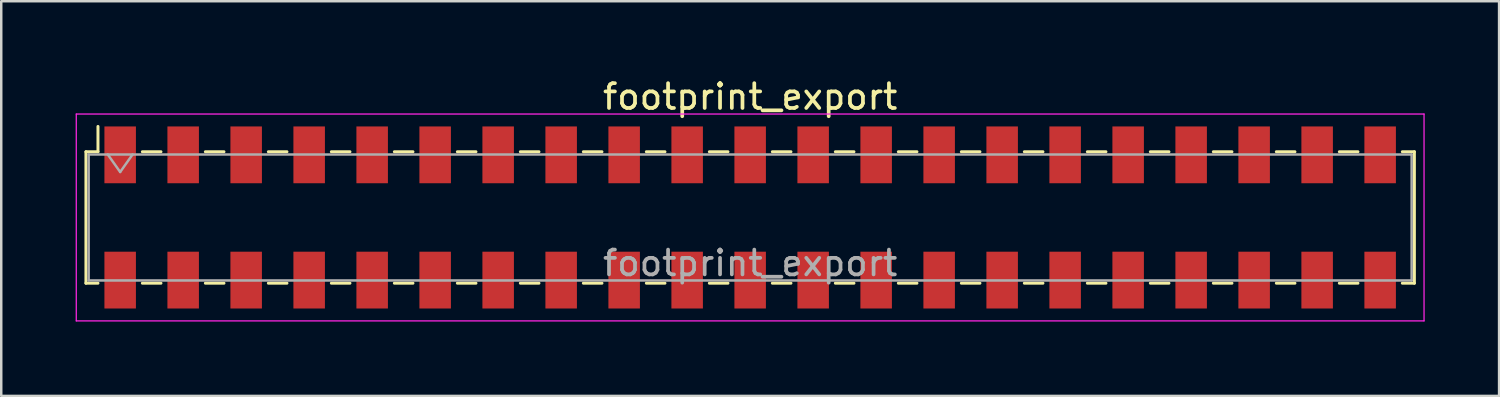
<source format=kicad_pcb>
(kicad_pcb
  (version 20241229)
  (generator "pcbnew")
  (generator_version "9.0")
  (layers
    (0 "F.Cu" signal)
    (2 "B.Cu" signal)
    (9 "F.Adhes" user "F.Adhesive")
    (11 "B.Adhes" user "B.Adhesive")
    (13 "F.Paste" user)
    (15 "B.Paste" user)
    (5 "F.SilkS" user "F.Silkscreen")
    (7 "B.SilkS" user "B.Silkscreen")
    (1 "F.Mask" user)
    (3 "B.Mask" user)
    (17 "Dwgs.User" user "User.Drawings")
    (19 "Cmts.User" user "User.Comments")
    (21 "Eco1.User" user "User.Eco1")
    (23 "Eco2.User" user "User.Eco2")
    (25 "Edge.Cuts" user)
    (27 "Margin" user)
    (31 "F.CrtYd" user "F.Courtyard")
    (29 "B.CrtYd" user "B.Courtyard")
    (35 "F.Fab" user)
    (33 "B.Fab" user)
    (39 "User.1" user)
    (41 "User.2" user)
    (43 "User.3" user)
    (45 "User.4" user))
  (footprint "footprint_export"
    (layer "F.Cu")
    (at 27.195 5.718)
    (property "Reference" "footprint_export" (at 0 -4.87 0) (layer "F.SilkS") (effects (font (size 1 1) (thickness 0.15))))
    (attr smd)
    (fp_line (start -26.78 -2.65) (end -26.78 2.65) (stroke (width 0.12) (type solid)) (layer "F.SilkS"))
    (fp_line (start -26.78 2.65) (end -26.295 2.65) (stroke (width 0.12) (type solid)) (layer "F.SilkS"))
    (fp_line (start -26.295 -3.67) (end -26.295 -2.65) (stroke (width 0.12) (type solid)) (layer "F.SilkS"))
    (fp_line (start -26.295 -2.65) (end -26.78 -2.65) (stroke (width 0.12) (type solid)) (layer "F.SilkS"))
    (fp_line (start -24.505 -2.65) (end -23.755 -2.65) (stroke (width 0.12) (type solid)) (layer "F.SilkS"))
    (fp_line (start -24.505 2.65) (end -23.755 2.65) (stroke (width 0.12) (type solid)) (layer "F.SilkS"))
    (fp_line (start -21.965 -2.65) (end -21.215 -2.65) (stroke (width 0.12) (type solid)) (layer "F.SilkS"))
    (fp_line (start -21.965 2.65) (end -21.215 2.65) (stroke (width 0.12) (type solid)) (layer "F.SilkS"))
    (fp_line (start -19.425 -2.65) (end -18.675 -2.65) (stroke (width 0.12) (type solid)) (layer "F.SilkS"))
    (fp_line (start -19.425 2.65) (end -18.675 2.65) (stroke (width 0.12) (type solid)) (layer "F.SilkS"))
    (fp_line (start -16.885 -2.65) (end -16.135 -2.65) (stroke (width 0.12) (type solid)) (layer "F.SilkS"))
    (fp_line (start -16.885 2.65) (end -16.135 2.65) (stroke (width 0.12) (type solid)) (layer "F.SilkS"))
    (fp_line (start -14.345 -2.65) (end -13.595 -2.65) (stroke (width 0.12) (type solid)) (layer "F.SilkS"))
    (fp_line (start -14.345 2.65) (end -13.595 2.65) (stroke (width 0.12) (type solid)) (layer "F.SilkS"))
    (fp_line (start -11.805 -2.65) (end -11.055 -2.65) (stroke (width 0.12) (type solid)) (layer "F.SilkS"))
    (fp_line (start -11.805 2.65) (end -11.055 2.65) (stroke (width 0.12) (type solid)) (layer "F.SilkS"))
    (fp_line (start -9.265 -2.65) (end -8.515 -2.65) (stroke (width 0.12) (type solid)) (layer "F.SilkS"))
    (fp_line (start -9.265 2.65) (end -8.515 2.65) (stroke (width 0.12) (type solid)) (layer "F.SilkS"))
    (fp_line (start -6.725 -2.65) (end -5.975 -2.65) (stroke (width 0.12) (type solid)) (layer "F.SilkS"))
    (fp_line (start -6.725 2.65) (end -5.975 2.65) (stroke (width 0.12) (type solid)) (layer "F.SilkS"))
    (fp_line (start -4.185 -2.65) (end -3.435 -2.65) (stroke (width 0.12) (type solid)) (layer "F.SilkS"))
    (fp_line (start -4.185 2.65) (end -3.435 2.65) (stroke (width 0.12) (type solid)) (layer "F.SilkS"))
    (fp_line (start -1.645 -2.65) (end -0.895 -2.65) (stroke (width 0.12) (type solid)) (layer "F.SilkS"))
    (fp_line (start -1.645 2.65) (end -0.895 2.65) (stroke (width 0.12) (type solid)) (layer "F.SilkS"))
    (fp_line (start 0.895 -2.65) (end 1.645 -2.65) (stroke (width 0.12) (type solid)) (layer "F.SilkS"))
    (fp_line (start 0.895 2.65) (end 1.645 2.65) (stroke (width 0.12) (type solid)) (layer "F.SilkS"))
    (fp_line (start 3.435 -2.65) (end 4.185 -2.65) (stroke (width 0.12) (type solid)) (layer "F.SilkS"))
    (fp_line (start 3.435 2.65) (end 4.185 2.65) (stroke (width 0.12) (type solid)) (layer "F.SilkS"))
    (fp_line (start 5.975 -2.65) (end 6.725 -2.65) (stroke (width 0.12) (type solid)) (layer "F.SilkS"))
    (fp_line (start 5.975 2.65) (end 6.725 2.65) (stroke (width 0.12) (type solid)) (layer "F.SilkS"))
    (fp_line (start 8.515 -2.65) (end 9.265 -2.65) (stroke (width 0.12) (type solid)) (layer "F.SilkS"))
    (fp_line (start 8.515 2.65) (end 9.265 2.65) (stroke (width 0.12) (type solid)) (layer "F.SilkS"))
    (fp_line (start 11.055 -2.65) (end 11.805 -2.65) (stroke (width 0.12) (type solid)) (layer "F.SilkS"))
    (fp_line (start 11.055 2.65) (end 11.805 2.65) (stroke (width 0.12) (type solid)) (layer "F.SilkS"))
    (fp_line (start 13.595 -2.65) (end 14.345 -2.65) (stroke (width 0.12) (type solid)) (layer "F.SilkS"))
    (fp_line (start 13.595 2.65) (end 14.345 2.65) (stroke (width 0.12) (type solid)) (layer "F.SilkS"))
    (fp_line (start 16.135 -2.65) (end 16.885 -2.65) (stroke (width 0.12) (type solid)) (layer "F.SilkS"))
    (fp_line (start 16.135 2.65) (end 16.885 2.65) (stroke (width 0.12) (type solid)) (layer "F.SilkS"))
    (fp_line (start 18.675 -2.65) (end 19.425 -2.65) (stroke (width 0.12) (type solid)) (layer "F.SilkS"))
    (fp_line (start 18.675 2.65) (end 19.425 2.65) (stroke (width 0.12) (type solid)) (layer "F.SilkS"))
    (fp_line (start 21.215 -2.65) (end 21.965 -2.65) (stroke (width 0.12) (type solid)) (layer "F.SilkS"))
    (fp_line (start 21.215 2.65) (end 21.965 2.65) (stroke (width 0.12) (type solid)) (layer "F.SilkS"))
    (fp_line (start 23.755 -2.65) (end 24.505 -2.65) (stroke (width 0.12) (type solid)) (layer "F.SilkS"))
    (fp_line (start 23.755 2.65) (end 24.505 2.65) (stroke (width 0.12) (type solid)) (layer "F.SilkS"))
    (fp_line (start 26.295 -2.65) (end 26.78 -2.65) (stroke (width 0.12) (type solid)) (layer "F.SilkS"))
    (fp_line (start 26.78 -2.65) (end 26.78 2.65) (stroke (width 0.12) (type solid)) (layer "F.SilkS"))
    (fp_line (start 26.78 2.65) (end 26.295 2.65) (stroke (width 0.12) (type solid)) (layer "F.SilkS"))
    (fp_line (start -27.17 -4.17) (end 27.17 -4.17) (stroke (width 0.05) (type solid)) (layer "F.CrtYd"))
    (fp_line (start -27.17 4.17) (end -27.17 -4.17) (stroke (width 0.05) (type solid)) (layer "F.CrtYd"))
    (fp_line (start 27.17 -4.17) (end 27.17 4.17) (stroke (width 0.05) (type solid)) (layer "F.CrtYd"))
    (fp_line (start 27.17 4.17) (end -27.17 4.17) (stroke (width 0.05) (type solid)) (layer "F.CrtYd"))
    (fp_line (start -26.67 -2.54) (end 26.67 -2.54) (stroke (width 0.1) (type solid)) (layer "F.Fab"))
    (fp_line (start -26.67 2.54) (end -26.67 -2.54) (stroke (width 0.1) (type solid)) (layer "F.Fab"))
    (fp_line (start -25.9 -2.54) (end -25.4 -1.833) (stroke (width 0.1) (type solid)) (layer "F.Fab"))
    (fp_line (start -25.4 -1.833) (end -24.9 -2.54) (stroke (width 0.1) (type solid)) (layer "F.Fab"))
    (fp_line (start 26.67 -2.54) (end 26.67 2.54) (stroke (width 0.1) (type solid)) (layer "F.Fab"))
    (fp_line (start 26.67 2.54) (end -26.67 2.54) (stroke (width 0.1) (type solid)) (layer "F.Fab"))
    (fp_text user "${REFERENCE}" (at 0 1.84 0) (layer "F.Fab") (effects (font (size 1 1) (thickness 0.15))))
    (pad "1" smd rect (at -25.4 -2.525) (size 1.27 2.29) (layers "F.Cu" "F.Mask" "F.Paste"))
    (pad "2" smd rect (at -25.4 2.525) (size 1.27 2.29) (layers "F.Cu" "F.Mask" "F.Paste"))
    (pad "3" smd rect (at -22.86 -2.525) (size 1.27 2.29) (layers "F.Cu" "F.Mask" "F.Paste"))
    (pad "4" smd rect (at -22.86 2.525) (size 1.27 2.29) (layers "F.Cu" "F.Mask" "F.Paste"))
    (pad "5" smd rect (at -20.32 -2.525) (size 1.27 2.29) (layers "F.Cu" "F.Mask" "F.Paste"))
    (pad "6" smd rect (at -20.32 2.525) (size 1.27 2.29) (layers "F.Cu" "F.Mask" "F.Paste"))
    (pad "7" smd rect (at -17.78 -2.525) (size 1.27 2.29) (layers "F.Cu" "F.Mask" "F.Paste"))
    (pad "8" smd rect (at -17.78 2.525) (size 1.27 2.29) (layers "F.Cu" "F.Mask" "F.Paste"))
    (pad "9" smd rect (at -15.24 -2.525) (size 1.27 2.29) (layers "F.Cu" "F.Mask" "F.Paste"))
    (pad "10" smd rect (at -15.24 2.525) (size 1.27 2.29) (layers "F.Cu" "F.Mask" "F.Paste"))
    (pad "11" smd rect (at -12.7 -2.525) (size 1.27 2.29) (layers "F.Cu" "F.Mask" "F.Paste"))
    (pad "12" smd rect (at -12.7 2.525) (size 1.27 2.29) (layers "F.Cu" "F.Mask" "F.Paste"))
    (pad "13" smd rect (at -10.16 -2.525) (size 1.27 2.29) (layers "F.Cu" "F.Mask" "F.Paste"))
    (pad "14" smd rect (at -10.16 2.525) (size 1.27 2.29) (layers "F.Cu" "F.Mask" "F.Paste"))
    (pad "15" smd rect (at -7.62 -2.525) (size 1.27 2.29) (layers "F.Cu" "F.Mask" "F.Paste"))
    (pad "16" smd rect (at -7.62 2.525) (size 1.27 2.29) (layers "F.Cu" "F.Mask" "F.Paste"))
    (pad "17" smd rect (at -5.08 -2.525) (size 1.27 2.29) (layers "F.Cu" "F.Mask" "F.Paste"))
    (pad "18" smd rect (at -5.08 2.525) (size 1.27 2.29) (layers "F.Cu" "F.Mask" "F.Paste"))
    (pad "19" smd rect (at -2.54 -2.525) (size 1.27 2.29) (layers "F.Cu" "F.Mask" "F.Paste"))
    (pad "20" smd rect (at -2.54 2.525) (size 1.27 2.29) (layers "F.Cu" "F.Mask" "F.Paste"))
    (pad "21" smd rect (at 0 -2.525) (size 1.27 2.29) (layers "F.Cu" "F.Mask" "F.Paste"))
    (pad "22" smd rect (at 0 2.525) (size 1.27 2.29) (layers "F.Cu" "F.Mask" "F.Paste"))
    (pad "23" smd rect (at 2.54 -2.525) (size 1.27 2.29) (layers "F.Cu" "F.Mask" "F.Paste"))
    (pad "24" smd rect (at 2.54 2.525) (size 1.27 2.29) (layers "F.Cu" "F.Mask" "F.Paste"))
    (pad "25" smd rect (at 5.08 -2.525) (size 1.27 2.29) (layers "F.Cu" "F.Mask" "F.Paste"))
    (pad "26" smd rect (at 5.08 2.525) (size 1.27 2.29) (layers "F.Cu" "F.Mask" "F.Paste"))
    (pad "27" smd rect (at 7.62 -2.525) (size 1.27 2.29) (layers "F.Cu" "F.Mask" "F.Paste"))
    (pad "28" smd rect (at 7.62 2.525) (size 1.27 2.29) (layers "F.Cu" "F.Mask" "F.Paste"))
    (pad "29" smd rect (at 10.16 -2.525) (size 1.27 2.29) (layers "F.Cu" "F.Mask" "F.Paste"))
    (pad "30" smd rect (at 10.16 2.525) (size 1.27 2.29) (layers "F.Cu" "F.Mask" "F.Paste"))
    (pad "31" smd rect (at 12.7 -2.525) (size 1.27 2.29) (layers "F.Cu" "F.Mask" "F.Paste"))
    (pad "32" smd rect (at 12.7 2.525) (size 1.27 2.29) (layers "F.Cu" "F.Mask" "F.Paste"))
    (pad "33" smd rect (at 15.24 -2.525) (size 1.27 2.29) (layers "F.Cu" "F.Mask" "F.Paste"))
    (pad "34" smd rect (at 15.24 2.525) (size 1.27 2.29) (layers "F.Cu" "F.Mask" "F.Paste"))
    (pad "35" smd rect (at 17.78 -2.525) (size 1.27 2.29) (layers "F.Cu" "F.Mask" "F.Paste"))
    (pad "36" smd rect (at 17.78 2.525) (size 1.27 2.29) (layers "F.Cu" "F.Mask" "F.Paste"))
    (pad "37" smd rect (at 20.32 -2.525) (size 1.27 2.29) (layers "F.Cu" "F.Mask" "F.Paste"))
    (pad "38" smd rect (at 20.32 2.525) (size 1.27 2.29) (layers "F.Cu" "F.Mask" "F.Paste"))
    (pad "39" smd rect (at 22.86 -2.525) (size 1.27 2.29) (layers "F.Cu" "F.Mask" "F.Paste"))
    (pad "40" smd rect (at 22.86 2.525) (size 1.27 2.29) (layers "F.Cu" "F.Mask" "F.Paste"))
    (pad "41" smd rect (at 25.4 -2.525) (size 1.27 2.29) (layers "F.Cu" "F.Mask" "F.Paste"))
    (pad "42" smd rect (at 25.4 2.525) (size 1.27 2.29) (layers "F.Cu" "F.Mask" "F.Paste")))
  (gr_rect
    (start -3 -3)
    (end 57.39 12.913)
    (stroke (width 0.1) (type default))
    (fill no)
    (layer "Edge.Cuts")))
</source>
